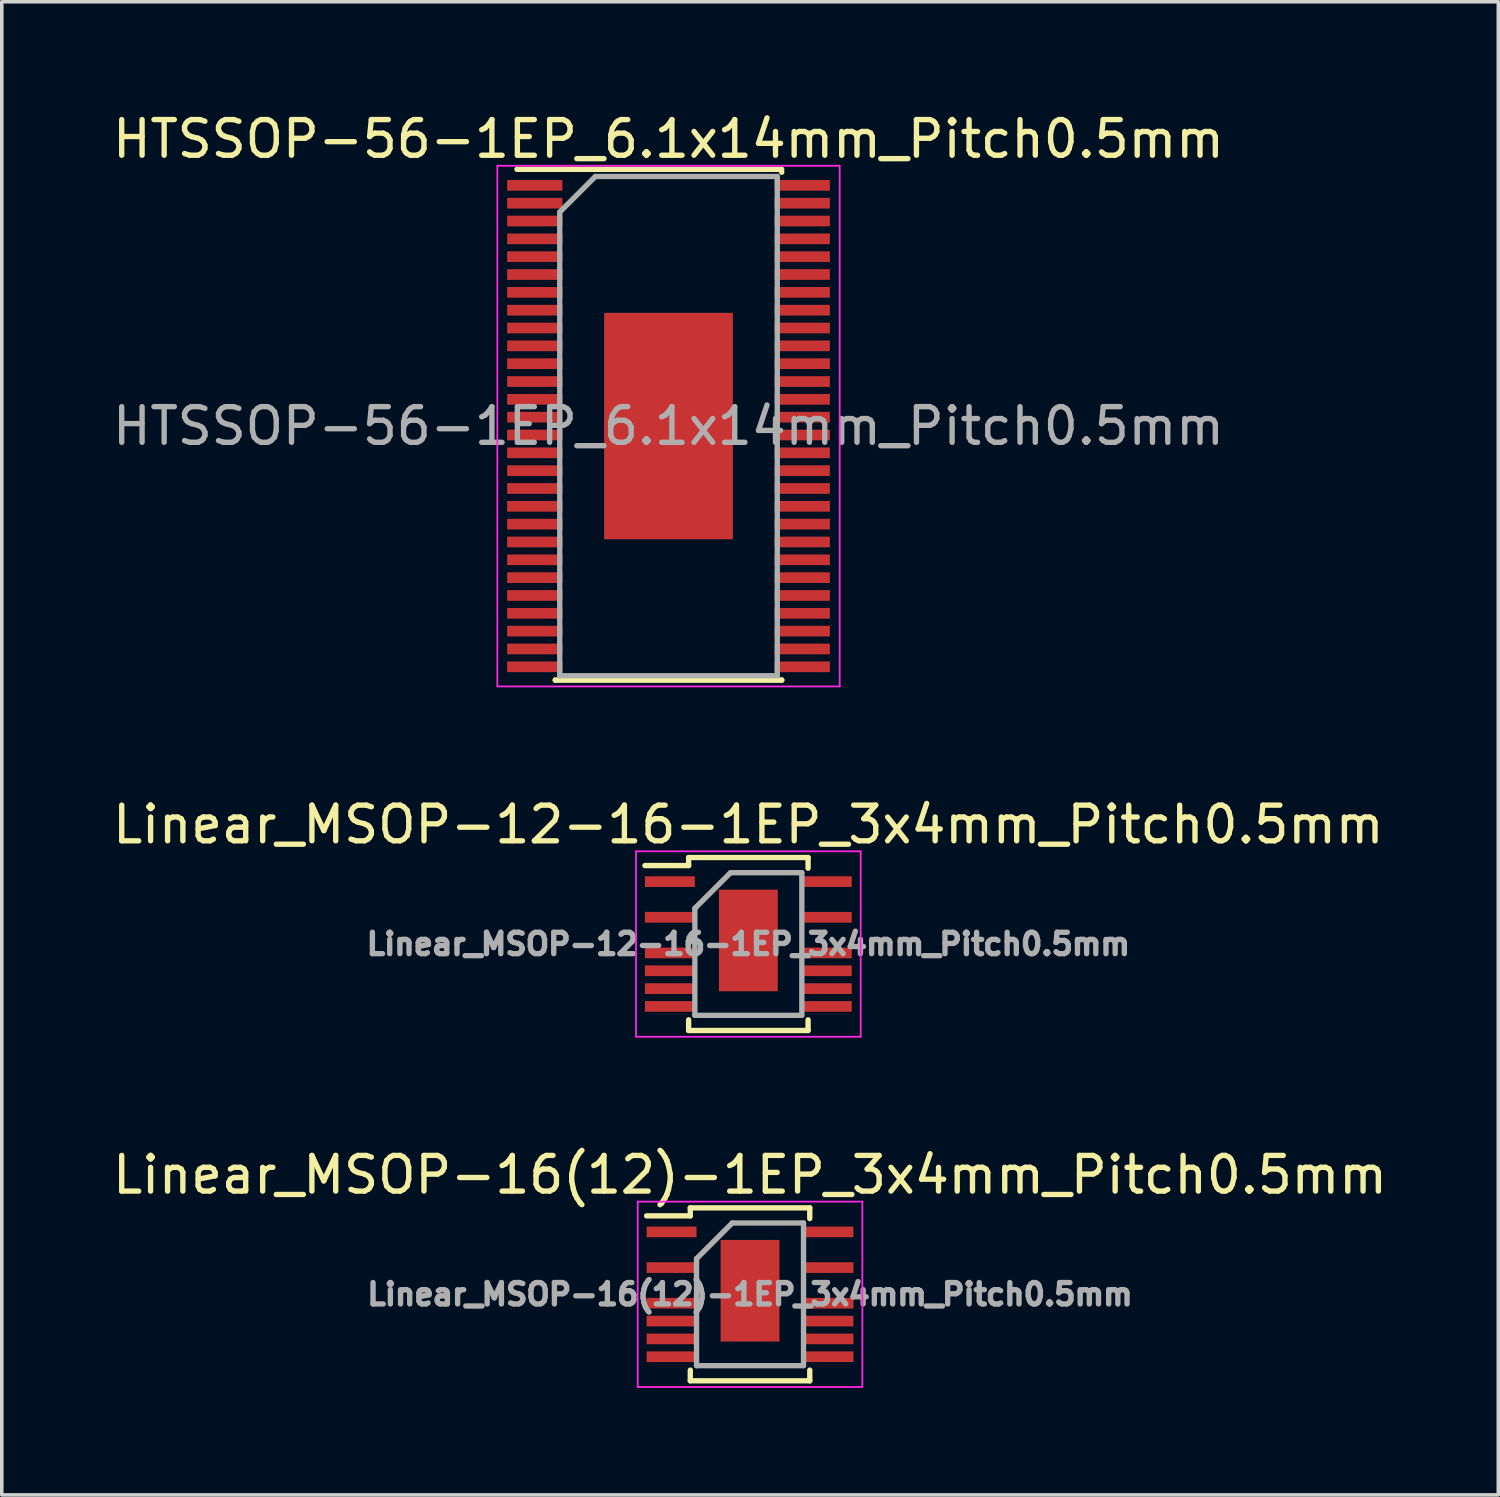
<source format=kicad_pcb>
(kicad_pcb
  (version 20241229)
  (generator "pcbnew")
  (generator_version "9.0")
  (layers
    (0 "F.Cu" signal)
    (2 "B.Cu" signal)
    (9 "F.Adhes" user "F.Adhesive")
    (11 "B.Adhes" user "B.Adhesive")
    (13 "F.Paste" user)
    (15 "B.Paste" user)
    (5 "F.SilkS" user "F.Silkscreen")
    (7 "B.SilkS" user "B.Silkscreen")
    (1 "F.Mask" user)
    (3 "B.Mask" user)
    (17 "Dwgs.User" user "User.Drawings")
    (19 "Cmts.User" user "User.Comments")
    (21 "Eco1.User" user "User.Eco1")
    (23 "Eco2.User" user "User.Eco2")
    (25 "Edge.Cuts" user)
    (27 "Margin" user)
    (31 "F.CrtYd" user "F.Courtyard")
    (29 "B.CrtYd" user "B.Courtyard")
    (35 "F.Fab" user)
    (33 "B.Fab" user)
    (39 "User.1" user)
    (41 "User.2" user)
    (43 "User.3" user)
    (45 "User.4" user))
  (footprint "Linear_MSOP-12-16-1EP_3x4mm_Pitch0.5mm"
    (layer "F.Cu")
    (at 17.935 23.422)
    (property "Reference" "Linear_MSOP-12-16-1EP_3x4mm_Pitch0.5mm" (at 0 -3.35 0) (layer "F.SilkS") (effects (font (size 1 1) (thickness 0.15))))
    (attr smd)
    (fp_line (start -1.675 -2.425) (end -1.675 -2.2) (stroke (width 0.15) (type solid)) (layer "F.SilkS"))
    (fp_line (start -1.675 -2.425) (end 1.675 -2.425) (stroke (width 0.15) (type solid)) (layer "F.SilkS"))
    (fp_line (start -1.675 -2.2) (end -2.9 -2.2) (stroke (width 0.15) (type solid)) (layer "F.SilkS"))
    (fp_line (start -1.675 2.425) (end -1.675 2.125) (stroke (width 0.15) (type solid)) (layer "F.SilkS"))
    (fp_line (start -1.675 2.425) (end 1.675 2.425) (stroke (width 0.15) (type solid)) (layer "F.SilkS"))
    (fp_line (start 1.675 -2.425) (end 1.675 -2.125) (stroke (width 0.15) (type solid)) (layer "F.SilkS"))
    (fp_line (start 1.675 2.425) (end 1.675 2.125) (stroke (width 0.15) (type solid)) (layer "F.SilkS"))
    (fp_line (start -3.15 -2.6) (end -3.15 2.6) (stroke (width 0.05) (type solid)) (layer "F.CrtYd"))
    (fp_line (start -3.15 -2.6) (end 3.15 -2.6) (stroke (width 0.05) (type solid)) (layer "F.CrtYd"))
    (fp_line (start -3.15 2.6) (end 3.15 2.6) (stroke (width 0.05) (type solid)) (layer "F.CrtYd"))
    (fp_line (start 3.15 -2.6) (end 3.15 2.6) (stroke (width 0.05) (type solid)) (layer "F.CrtYd"))
    (fp_line (start -1.5 -1) (end -0.5 -2) (stroke (width 0.15) (type solid)) (layer "F.Fab"))
    (fp_line (start -1.5 2) (end -1.5 -1) (stroke (width 0.15) (type solid)) (layer "F.Fab"))
    (fp_line (start -0.5 -2) (end 1.5 -2) (stroke (width 0.15) (type solid)) (layer "F.Fab"))
    (fp_line (start 1.5 -2) (end 1.5 2) (stroke (width 0.15) (type solid)) (layer "F.Fab"))
    (fp_line (start 1.5 2) (end -1.5 2) (stroke (width 0.15) (type solid)) (layer "F.Fab"))
    (fp_text user "${REFERENCE}" (at 0 0 0) (layer "F.Fab") (effects (font (size 0.6 0.6) (thickness 0.15))))
    (pad "1" smd rect (at -2.2 -1.75) (size 1.4 0.3) (layers "F.Cu" "F.Mask" "F.Paste"))
    (pad "3" smd rect (at -2.2 -0.75) (size 1.4 0.3) (layers "F.Cu" "F.Mask" "F.Paste"))
    (pad "5" smd rect (at -2.2 0.25) (size 1.4 0.3) (layers "F.Cu" "F.Mask" "F.Paste"))
    (pad "6" smd rect (at -2.2 0.75) (size 1.4 0.3) (layers "F.Cu" "F.Mask" "F.Paste"))
    (pad "7" smd rect (at -2.2 1.25) (size 1.4 0.3) (layers "F.Cu" "F.Mask" "F.Paste"))
    (pad "8" smd rect (at -2.2 1.75) (size 1.4 0.3) (layers "F.Cu" "F.Mask" "F.Paste"))
    (pad "9" smd rect (at 2.2 1.75) (size 1.4 0.3) (layers "F.Cu" "F.Mask" "F.Paste"))
    (pad "10" smd rect (at 2.2 1.25) (size 1.4 0.3) (layers "F.Cu" "F.Mask" "F.Paste"))
    (pad "11" smd rect (at 2.2 0.75) (size 1.4 0.3) (layers "F.Cu" "F.Mask" "F.Paste"))
    (pad "12" smd rect (at 2.2 0.25) (size 1.4 0.3) (layers "F.Cu" "F.Mask" "F.Paste"))
    (pad "14" smd rect (at 2.2 -0.75) (size 1.4 0.3) (layers "F.Cu" "F.Mask" "F.Paste"))
    (pad "16" smd rect (at 2.2 -1.75) (size 1.4 0.3) (layers "F.Cu" "F.Mask" "F.Paste"))
    (pad "17" smd rect (at 0 -0.1) (size 1.65 2.85) (layers "F.Cu" "F.Mask" "F.Paste")))
  (footprint "Linear_MSOP-16(12)-1EP_3x4mm_Pitch0.5mm"
    (layer "F.Cu")
    (at 17.982 33.245)
    (property "Reference" "Linear_MSOP-16(12)-1EP_3x4mm_Pitch0.5mm" (at 0 -3.35 0) (layer "F.SilkS") (effects (font (size 1 1) (thickness 0.15))))
    (attr smd)
    (fp_line (start -1.675 -2.425) (end -1.675 -2.2) (stroke (width 0.15) (type solid)) (layer "F.SilkS"))
    (fp_line (start -1.675 -2.425) (end 1.675 -2.425) (stroke (width 0.15) (type solid)) (layer "F.SilkS"))
    (fp_line (start -1.675 -2.2) (end -2.9 -2.2) (stroke (width 0.15) (type solid)) (layer "F.SilkS"))
    (fp_line (start -1.675 2.425) (end -1.675 2.125) (stroke (width 0.15) (type solid)) (layer "F.SilkS"))
    (fp_line (start -1.675 2.425) (end 1.675 2.425) (stroke (width 0.15) (type solid)) (layer "F.SilkS"))
    (fp_line (start 1.675 -2.425) (end 1.675 -2.125) (stroke (width 0.15) (type solid)) (layer "F.SilkS"))
    (fp_line (start 1.675 2.425) (end 1.675 2.125) (stroke (width 0.15) (type solid)) (layer "F.SilkS"))
    (fp_line (start -3.15 -2.6) (end -3.15 2.6) (stroke (width 0.05) (type solid)) (layer "F.CrtYd"))
    (fp_line (start -3.15 -2.6) (end 3.15 -2.6) (stroke (width 0.05) (type solid)) (layer "F.CrtYd"))
    (fp_line (start -3.15 2.6) (end 3.15 2.6) (stroke (width 0.05) (type solid)) (layer "F.CrtYd"))
    (fp_line (start 3.15 -2.6) (end 3.15 2.6) (stroke (width 0.05) (type solid)) (layer "F.CrtYd"))
    (fp_line (start -1.5 -1) (end -0.5 -2) (stroke (width 0.15) (type solid)) (layer "F.Fab"))
    (fp_line (start -1.5 2) (end -1.5 -1) (stroke (width 0.15) (type solid)) (layer "F.Fab"))
    (fp_line (start -0.5 -2) (end 1.5 -2) (stroke (width 0.15) (type solid)) (layer "F.Fab"))
    (fp_line (start 1.5 -2) (end 1.5 2) (stroke (width 0.15) (type solid)) (layer "F.Fab"))
    (fp_line (start 1.5 2) (end -1.5 2) (stroke (width 0.15) (type solid)) (layer "F.Fab"))
    (fp_text user "${REFERENCE}" (at 0 0 0) (layer "F.Fab") (effects (font (size 0.6 0.6) (thickness 0.15))))
    (pad "1" smd rect (at -2.2 -1.75) (size 1.4 0.3) (layers "F.Cu" "F.Mask" "F.Paste"))
    (pad "3" smd rect (at -2.2 -0.75) (size 1.4 0.3) (layers "F.Cu" "F.Mask" "F.Paste"))
    (pad "5" smd rect (at -2.2 0.25) (size 1.4 0.3) (layers "F.Cu" "F.Mask" "F.Paste"))
    (pad "6" smd rect (at -2.2 0.75) (size 1.4 0.3) (layers "F.Cu" "F.Mask" "F.Paste"))
    (pad "7" smd rect (at -2.2 1.25) (size 1.4 0.3) (layers "F.Cu" "F.Mask" "F.Paste"))
    (pad "8" smd rect (at -2.2 1.75) (size 1.4 0.3) (layers "F.Cu" "F.Mask" "F.Paste"))
    (pad "9" smd rect (at 2.2 1.75) (size 1.4 0.3) (layers "F.Cu" "F.Mask" "F.Paste"))
    (pad "10" smd rect (at 2.2 1.25) (size 1.4 0.3) (layers "F.Cu" "F.Mask" "F.Paste"))
    (pad "11" smd rect (at 2.2 0.75) (size 1.4 0.3) (layers "F.Cu" "F.Mask" "F.Paste"))
    (pad "12" smd rect (at 2.2 0.25) (size 1.4 0.3) (layers "F.Cu" "F.Mask" "F.Paste"))
    (pad "14" smd rect (at 2.2 -0.75) (size 1.4 0.3) (layers "F.Cu" "F.Mask" "F.Paste"))
    (pad "16" smd rect (at 2.2 -1.75) (size 1.4 0.3) (layers "F.Cu" "F.Mask" "F.Paste"))
    (pad "17" smd rect (at 0 -0.1) (size 1.65 2.85) (layers "F.Cu" "F.Mask" "F.Paste")))
  (footprint "HTSSOP-56-1EP_6.1x14mm_Pitch0.5mm"
    (layer "F.Cu")
    (at 15.696 8.898)
    (property "Reference" "HTSSOP-56-1EP_6.1x14mm_Pitch0.5mm" (at 0 -8.05 0) (layer "F.SilkS") (effects (font (size 1 1) (thickness 0.15))))
    (attr smd)
    (fp_line (start -4.25 -7.2) (end 3.175 -7.2) (stroke (width 0.15) (type solid)) (layer "F.SilkS"))
    (fp_line (start -3.175 7.125) (end -3.175 7.117) (stroke (width 0.15) (type solid)) (layer "F.SilkS"))
    (fp_line (start -3.175 7.125) (end 3.175 7.125) (stroke (width 0.15) (type solid)) (layer "F.SilkS"))
    (fp_line (start 3.175 -7.125) (end 3.175 -7.117) (stroke (width 0.15) (type solid)) (layer "F.SilkS"))
    (fp_line (start 3.175 7.125) (end 3.175 7.117) (stroke (width 0.15) (type solid)) (layer "F.SilkS"))
    (fp_line (start -4.8 -7.3) (end -4.8 7.3) (stroke (width 0.05) (type solid)) (layer "F.CrtYd"))
    (fp_line (start -4.8 -7.3) (end 4.8 -7.3) (stroke (width 0.05) (type solid)) (layer "F.CrtYd"))
    (fp_line (start -4.8 7.3) (end 4.8 7.3) (stroke (width 0.05) (type solid)) (layer "F.CrtYd"))
    (fp_line (start 4.8 -7.3) (end 4.8 7.3) (stroke (width 0.05) (type solid)) (layer "F.CrtYd"))
    (fp_line (start -3.05 -6) (end -2.05 -7) (stroke (width 0.15) (type solid)) (layer "F.Fab"))
    (fp_line (start -3.05 7) (end -3.05 -6) (stroke (width 0.15) (type solid)) (layer "F.Fab"))
    (fp_line (start -2.05 -7) (end 3.05 -7) (stroke (width 0.15) (type solid)) (layer "F.Fab"))
    (fp_line (start 3.05 -7) (end 3.05 7) (stroke (width 0.15) (type solid)) (layer "F.Fab"))
    (fp_line (start 3.05 7) (end -3.05 7) (stroke (width 0.15) (type solid)) (layer "F.Fab"))
    (fp_text user "${REFERENCE}" (at 0 0 0) (layer "F.Fab") (effects (font (size 1 1) (thickness 0.15))))
    (pad "1" smd rect (at -3.75 -6.75) (size 1.55 0.3) (layers "F.Cu" "F.Mask" "F.Paste"))
    (pad "2" smd rect (at -3.75 -6.25) (size 1.55 0.3) (layers "F.Cu" "F.Mask" "F.Paste"))
    (pad "3" smd rect (at -3.75 -5.75) (size 1.55 0.3) (layers "F.Cu" "F.Mask" "F.Paste"))
    (pad "4" smd rect (at -3.75 -5.25) (size 1.55 0.3) (layers "F.Cu" "F.Mask" "F.Paste"))
    (pad "5" smd rect (at -3.75 -4.75) (size 1.55 0.3) (layers "F.Cu" "F.Mask" "F.Paste"))
    (pad "6" smd rect (at -3.75 -4.25) (size 1.55 0.3) (layers "F.Cu" "F.Mask" "F.Paste"))
    (pad "7" smd rect (at -3.75 -3.75) (size 1.55 0.3) (layers "F.Cu" "F.Mask" "F.Paste"))
    (pad "8" smd rect (at -3.75 -3.25) (size 1.55 0.3) (layers "F.Cu" "F.Mask" "F.Paste"))
    (pad "9" smd rect (at -3.75 -2.75) (size 1.55 0.3) (layers "F.Cu" "F.Mask" "F.Paste"))
    (pad "10" smd rect (at -3.75 -2.25) (size 1.55 0.3) (layers "F.Cu" "F.Mask" "F.Paste"))
    (pad "11" smd rect (at -3.75 -1.75) (size 1.55 0.3) (layers "F.Cu" "F.Mask" "F.Paste"))
    (pad "12" smd rect (at -3.75 -1.25) (size 1.55 0.3) (layers "F.Cu" "F.Mask" "F.Paste"))
    (pad "13" smd rect (at -3.75 -0.75) (size 1.55 0.3) (layers "F.Cu" "F.Mask" "F.Paste"))
    (pad "14" smd rect (at -3.75 -0.25) (size 1.55 0.3) (layers "F.Cu" "F.Mask" "F.Paste"))
    (pad "15" smd rect (at -3.75 0.25) (size 1.55 0.3) (layers "F.Cu" "F.Mask" "F.Paste"))
    (pad "16" smd rect (at -3.75 0.75) (size 1.55 0.3) (layers "F.Cu" "F.Mask" "F.Paste"))
    (pad "17" smd rect (at -3.75 1.25) (size 1.55 0.3) (layers "F.Cu" "F.Mask" "F.Paste"))
    (pad "18" smd rect (at -3.75 1.75) (size 1.55 0.3) (layers "F.Cu" "F.Mask" "F.Paste"))
    (pad "19" smd rect (at -3.75 2.25) (size 1.55 0.3) (layers "F.Cu" "F.Mask" "F.Paste"))
    (pad "20" smd rect (at -3.75 2.75) (size 1.55 0.3) (layers "F.Cu" "F.Mask" "F.Paste"))
    (pad "21" smd rect (at -3.75 3.25) (size 1.55 0.3) (layers "F.Cu" "F.Mask" "F.Paste"))
    (pad "22" smd rect (at -3.75 3.75) (size 1.55 0.3) (layers "F.Cu" "F.Mask" "F.Paste"))
    (pad "23" smd rect (at -3.75 4.25) (size 1.55 0.3) (layers "F.Cu" "F.Mask" "F.Paste"))
    (pad "24" smd rect (at -3.75 4.75) (size 1.55 0.3) (layers "F.Cu" "F.Mask" "F.Paste"))
    (pad "25" smd rect (at -3.75 5.25) (size 1.55 0.3) (layers "F.Cu" "F.Mask" "F.Paste"))
    (pad "26" smd rect (at -3.75 5.75) (size 1.55 0.3) (layers "F.Cu" "F.Mask" "F.Paste"))
    (pad "27" smd rect (at -3.75 6.25) (size 1.55 0.3) (layers "F.Cu" "F.Mask" "F.Paste"))
    (pad "28" smd rect (at -3.75 6.75) (size 1.55 0.3) (layers "F.Cu" "F.Mask" "F.Paste"))
    (pad "29" smd rect (at 3.75 6.75) (size 1.55 0.3) (layers "F.Cu" "F.Mask" "F.Paste"))
    (pad "30" smd rect (at 3.75 6.25) (size 1.55 0.3) (layers "F.Cu" "F.Mask" "F.Paste"))
    (pad "31" smd rect (at 3.75 5.75) (size 1.55 0.3) (layers "F.Cu" "F.Mask" "F.Paste"))
    (pad "32" smd rect (at 3.75 5.25) (size 1.55 0.3) (layers "F.Cu" "F.Mask" "F.Paste"))
    (pad "33" smd rect (at 3.75 4.75) (size 1.55 0.3) (layers "F.Cu" "F.Mask" "F.Paste"))
    (pad "34" smd rect (at 3.75 4.25) (size 1.55 0.3) (layers "F.Cu" "F.Mask" "F.Paste"))
    (pad "35" smd rect (at 3.75 3.75) (size 1.55 0.3) (layers "F.Cu" "F.Mask" "F.Paste"))
    (pad "36" smd rect (at 3.75 3.25) (size 1.55 0.3) (layers "F.Cu" "F.Mask" "F.Paste"))
    (pad "37" smd rect (at 3.75 2.75) (size 1.55 0.3) (layers "F.Cu" "F.Mask" "F.Paste"))
    (pad "38" smd rect (at 3.75 2.25) (size 1.55 0.3) (layers "F.Cu" "F.Mask" "F.Paste"))
    (pad "39" smd rect (at 3.75 1.75) (size 1.55 0.3) (layers "F.Cu" "F.Mask" "F.Paste"))
    (pad "40" smd rect (at 3.75 1.25) (size 1.55 0.3) (layers "F.Cu" "F.Mask" "F.Paste"))
    (pad "41" smd rect (at 3.75 0.75) (size 1.55 0.3) (layers "F.Cu" "F.Mask" "F.Paste"))
    (pad "42" smd rect (at 3.75 0.25) (size 1.55 0.3) (layers "F.Cu" "F.Mask" "F.Paste"))
    (pad "43" smd rect (at 3.75 -0.25) (size 1.55 0.3) (layers "F.Cu" "F.Mask" "F.Paste"))
    (pad "44" smd rect (at 3.75 -0.75) (size 1.55 0.3) (layers "F.Cu" "F.Mask" "F.Paste"))
    (pad "45" smd rect (at 3.75 -1.25) (size 1.55 0.3) (layers "F.Cu" "F.Mask" "F.Paste"))
    (pad "46" smd rect (at 3.75 -1.75) (size 1.55 0.3) (layers "F.Cu" "F.Mask" "F.Paste"))
    (pad "47" smd rect (at 3.75 -2.25) (size 1.55 0.3) (layers "F.Cu" "F.Mask" "F.Paste"))
    (pad "48" smd rect (at 3.75 -2.75) (size 1.55 0.3) (layers "F.Cu" "F.Mask" "F.Paste"))
    (pad "49" smd rect (at 3.75 -3.25) (size 1.55 0.3) (layers "F.Cu" "F.Mask" "F.Paste"))
    (pad "50" smd rect (at 3.75 -3.75) (size 1.55 0.3) (layers "F.Cu" "F.Mask" "F.Paste"))
    (pad "51" smd rect (at 3.75 -4.25) (size 1.55 0.3) (layers "F.Cu" "F.Mask" "F.Paste"))
    (pad "52" smd rect (at 3.75 -4.75) (size 1.55 0.3) (layers "F.Cu" "F.Mask" "F.Paste"))
    (pad "53" smd rect (at 3.75 -5.25) (size 1.55 0.3) (layers "F.Cu" "F.Mask" "F.Paste"))
    (pad "54" smd rect (at 3.75 -5.75) (size 1.55 0.3) (layers "F.Cu" "F.Mask" "F.Paste"))
    (pad "55" smd rect (at 3.75 -6.25) (size 1.55 0.3) (layers "F.Cu" "F.Mask" "F.Paste"))
    (pad "56" smd rect (at 3.75 -6.75) (size 1.55 0.3) (layers "F.Cu" "F.Mask" "F.Paste"))
    (pad "57" smd rect (at 0 0) (size 3.61 6.35) (layers "F.Cu" "F.Mask" "F.Paste")))
  (gr_rect
    (start -3 -3)
    (end 38.964 38.87)
    (stroke (width 0.1) (type default))
    (fill no)
    (layer "Edge.Cuts")))
</source>
